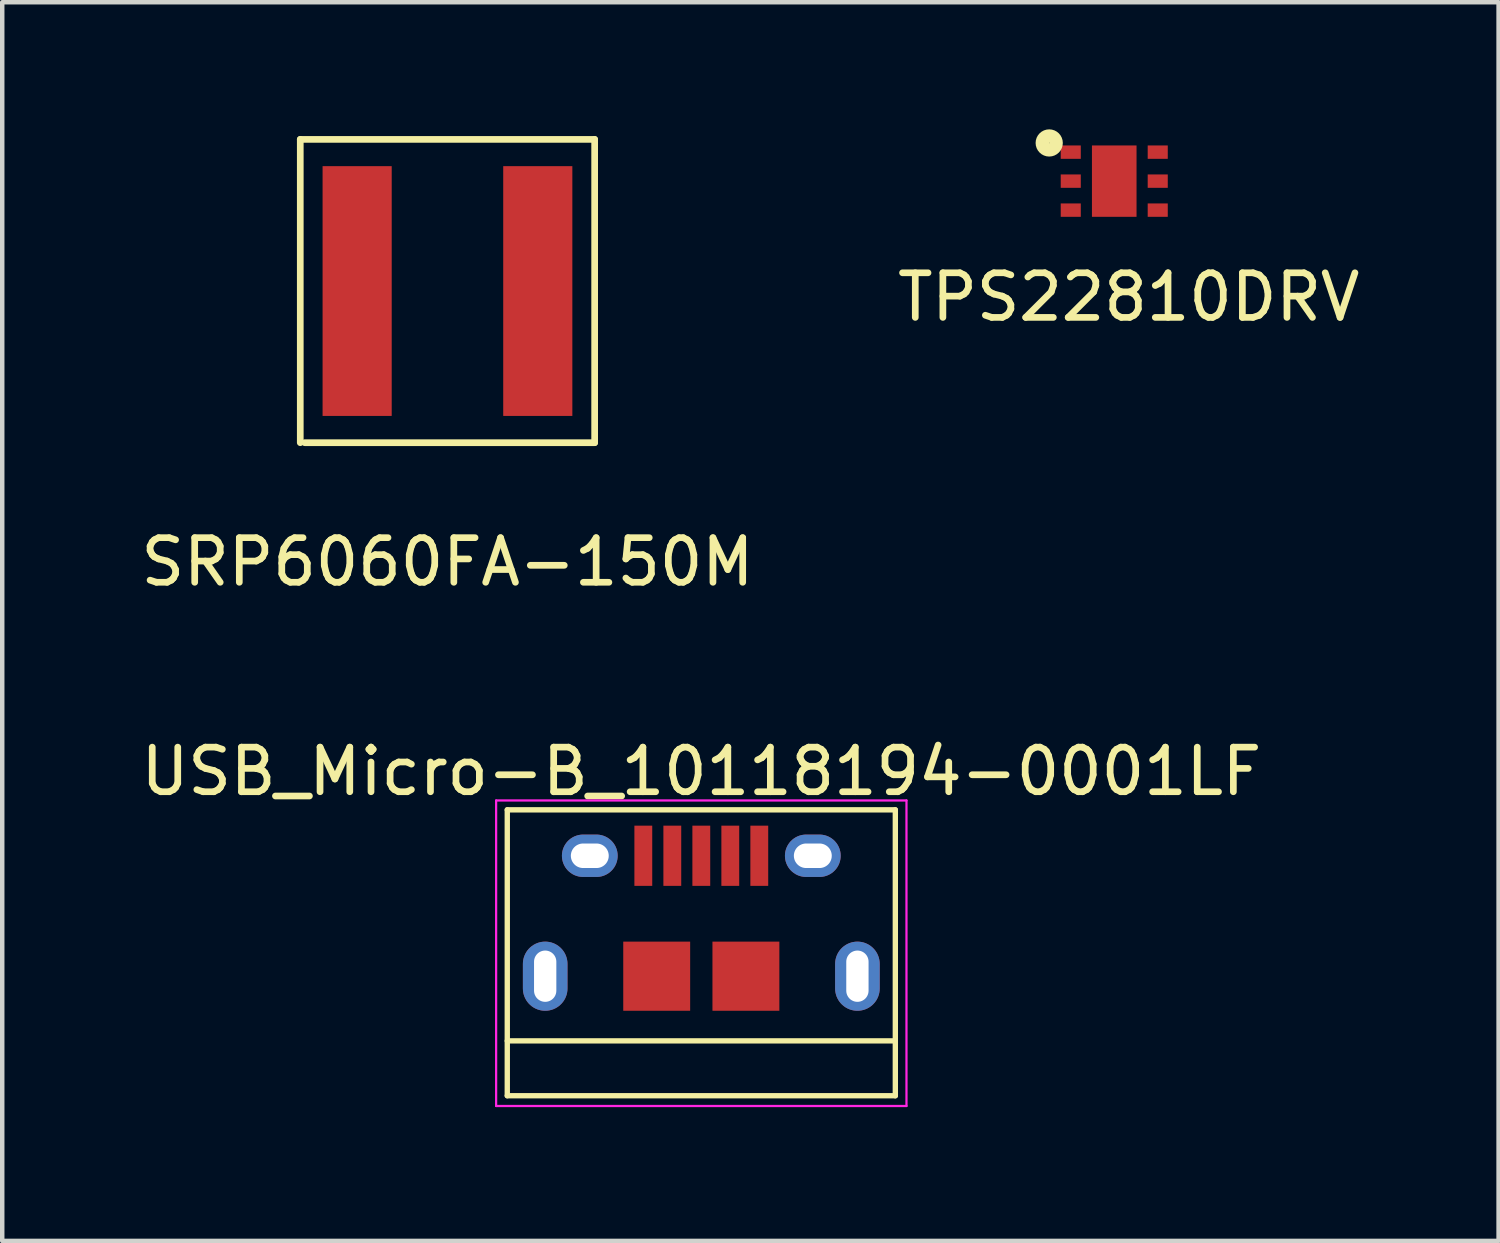
<source format=kicad_pcb>
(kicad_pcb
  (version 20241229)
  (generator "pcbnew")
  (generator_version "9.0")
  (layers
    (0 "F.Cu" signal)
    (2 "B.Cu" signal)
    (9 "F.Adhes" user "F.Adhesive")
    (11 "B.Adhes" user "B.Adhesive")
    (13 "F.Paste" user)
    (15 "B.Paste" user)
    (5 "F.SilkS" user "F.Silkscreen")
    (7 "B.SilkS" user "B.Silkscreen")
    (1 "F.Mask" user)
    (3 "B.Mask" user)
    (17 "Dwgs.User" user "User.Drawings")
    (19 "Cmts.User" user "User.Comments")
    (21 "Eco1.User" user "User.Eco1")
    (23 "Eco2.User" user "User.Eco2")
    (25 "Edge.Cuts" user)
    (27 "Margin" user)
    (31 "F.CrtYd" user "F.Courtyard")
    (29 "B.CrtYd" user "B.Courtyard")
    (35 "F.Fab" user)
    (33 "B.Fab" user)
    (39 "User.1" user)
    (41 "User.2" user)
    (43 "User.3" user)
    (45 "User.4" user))
  (footprint "TPS22810DRV"
    (layer "F.Cu")
    (at 21.931 1.011)
    (property "Reference" "TPS22810DRV" (at 0.325 2.6 0) (layer "F.SilkS") (effects (font (size 1 1) (thickness 0.15))))
    (attr through_hole)
    (fp_circle (center -1.458 -0.856) (end -1.458 -0.851) (stroke (width 0.3) (type solid)) (fill no) (layer "F.SilkS"))
    (pad "1" smd rect (at -0.975 -0.65) (size 0.45 0.3) (layers "F.Cu" "F.Mask" "F.Paste"))
    (pad "2" smd rect (at -0.975 0) (size 0.45 0.3) (layers "F.Cu" "F.Mask" "F.Paste"))
    (pad "3" smd rect (at -0.975 0.65) (size 0.45 0.3) (layers "F.Cu" "F.Mask" "F.Paste"))
    (pad "4" smd rect (at 0.975 0.65) (size 0.45 0.3) (layers "F.Cu" "F.Mask" "F.Paste"))
    (pad "5" smd rect (at 0.975 0) (size 0.45 0.3) (layers "F.Cu" "F.Mask" "F.Paste"))
    (pad "6" smd rect (at 0.975 -0.65) (size 0.45 0.3) (layers "F.Cu" "F.Mask" "F.Paste"))
    (pad "7" smd rect (at 0 0) (size 1 1.6) (layers "F.Cu" "F.Mask" "F.Paste")))
  (footprint "SRP6060FA-150M"
    (layer "F.Cu")
    (at 6.982 3.475)
    (property "Reference" "SRP6060FA-150M" (at 0 6.075 0) (layer "F.SilkS") (effects (font (size 1 1) (thickness 0.15))))
    (attr through_hole)
    (fp_line (start -3.3 -3.4) (end -3.3 3.4) (stroke (width 0.15) (type solid)) (layer "F.SilkS"))
    (fp_line (start -3.2 3.4) (end 3.3 3.4) (stroke (width 0.15) (type solid)) (layer "F.SilkS"))
    (fp_line (start 3.3 -3.4) (end -3.3 -3.4) (stroke (width 0.15) (type solid)) (layer "F.SilkS"))
    (fp_line (start 3.3 3.4) (end 3.3 -3.4) (stroke (width 0.15) (type solid)) (layer "F.SilkS"))
    (pad "1" smd rect (at -2.025 0) (size 1.55 5.6) (layers "F.Cu" "F.Mask" "F.Paste"))
    (pad "2" smd rect (at 2.025 0) (size 1.55 5.6) (layers "F.Cu" "F.Mask" "F.Paste")))
  (footprint "USB_Micro-B_10118194-0001LF"
    (layer "F.Cu")
    (at 12.673 17.486)
    (property "Reference" "USB_Micro-B_10118194-0001LF" (at 0 -3.24 0) (layer "F.SilkS") (effects (font (size 1 1) (thickness 0.15))))
    (attr smd)
    (fp_line (start -4.35 -2.38) (end 4.35 -2.38) (stroke (width 0.12) (type solid)) (layer "F.SilkS"))
    (fp_line (start -4.35 4.03) (end -4.35 -2.38) (stroke (width 0.12) (type solid)) (layer "F.SilkS"))
    (fp_line (start -4.35 4.03) (end 4.35 4.03) (stroke (width 0.12) (type solid)) (layer "F.SilkS"))
    (fp_line (start 4.35 -2.38) (end 4.35 4.03) (stroke (width 0.12) (type solid)) (layer "F.SilkS"))
    (fp_line (start 4.35 2.8) (end -4.35 2.8) (stroke (width 0.12) (type solid)) (layer "F.SilkS"))
    (fp_line (start -4.6 -2.59) (end 4.6 -2.59) (stroke (width 0.05) (type solid)) (layer "F.CrtYd"))
    (fp_line (start -4.6 4.26) (end -4.6 -2.59) (stroke (width 0.05) (type solid)) (layer "F.CrtYd"))
    (fp_line (start 4.6 -2.59) (end 4.6 4.26) (stroke (width 0.05) (type solid)) (layer "F.CrtYd"))
    (fp_line (start 4.6 4.26) (end -4.6 4.26) (stroke (width 0.05) (type solid)) (layer "F.CrtYd"))
    (pad "1" smd rect (at -1.3 -1.35 90) (size 1.35 0.4) (layers "F.Cu" "F.Mask" "F.Paste"))
    (pad "2" smd rect (at -0.65 -1.35 90) (size 1.35 0.4) (layers "F.Cu" "F.Mask" "F.Paste"))
    (pad "3" smd rect (at 0 -1.35 90) (size 1.35 0.4) (layers "F.Cu" "F.Mask" "F.Paste"))
    (pad "4" smd rect (at 0.65 -1.35 90) (size 1.35 0.4) (layers "F.Cu" "F.Mask" "F.Paste"))
    (pad "5" smd rect (at 1.3 -1.35 90) (size 1.35 0.4) (layers "F.Cu" "F.Mask" "F.Paste"))
    (pad "6" thru_hole oval (at -3.5 1.35 90) (size 1.55 1) (drill oval 1.15 0.5) (layers "*.Cu" "*.Mask"))
    (pad "6" thru_hole oval (at -2.5 -1.35 90) (size 0.95 1.25) (drill oval 0.55 0.85) (layers "*.Cu" "*.Mask"))
    (pad "6" smd rect (at -1 1.35 90) (size 1.55 1.5) (layers "F.Cu" "F.Mask" "F.Paste"))
    (pad "6" smd rect (at 1 1.35 90) (size 1.55 1.5) (layers "F.Cu" "F.Mask" "F.Paste"))
    (pad "6" thru_hole oval (at 2.5 -1.35 90) (size 0.95 1.25) (drill oval 0.55 0.85) (layers "*.Cu" "*.Mask"))
    (pad "6" thru_hole oval (at 3.5 1.35 90) (size 1.55 1) (drill oval 1.15 0.5) (layers "*.Cu" "*.Mask")))
  (gr_rect
    (start -3 -3)
    (end 30.548 24.771)
    (stroke (width 0.1) (type default))
    (fill no)
    (layer "Edge.Cuts")))
</source>
